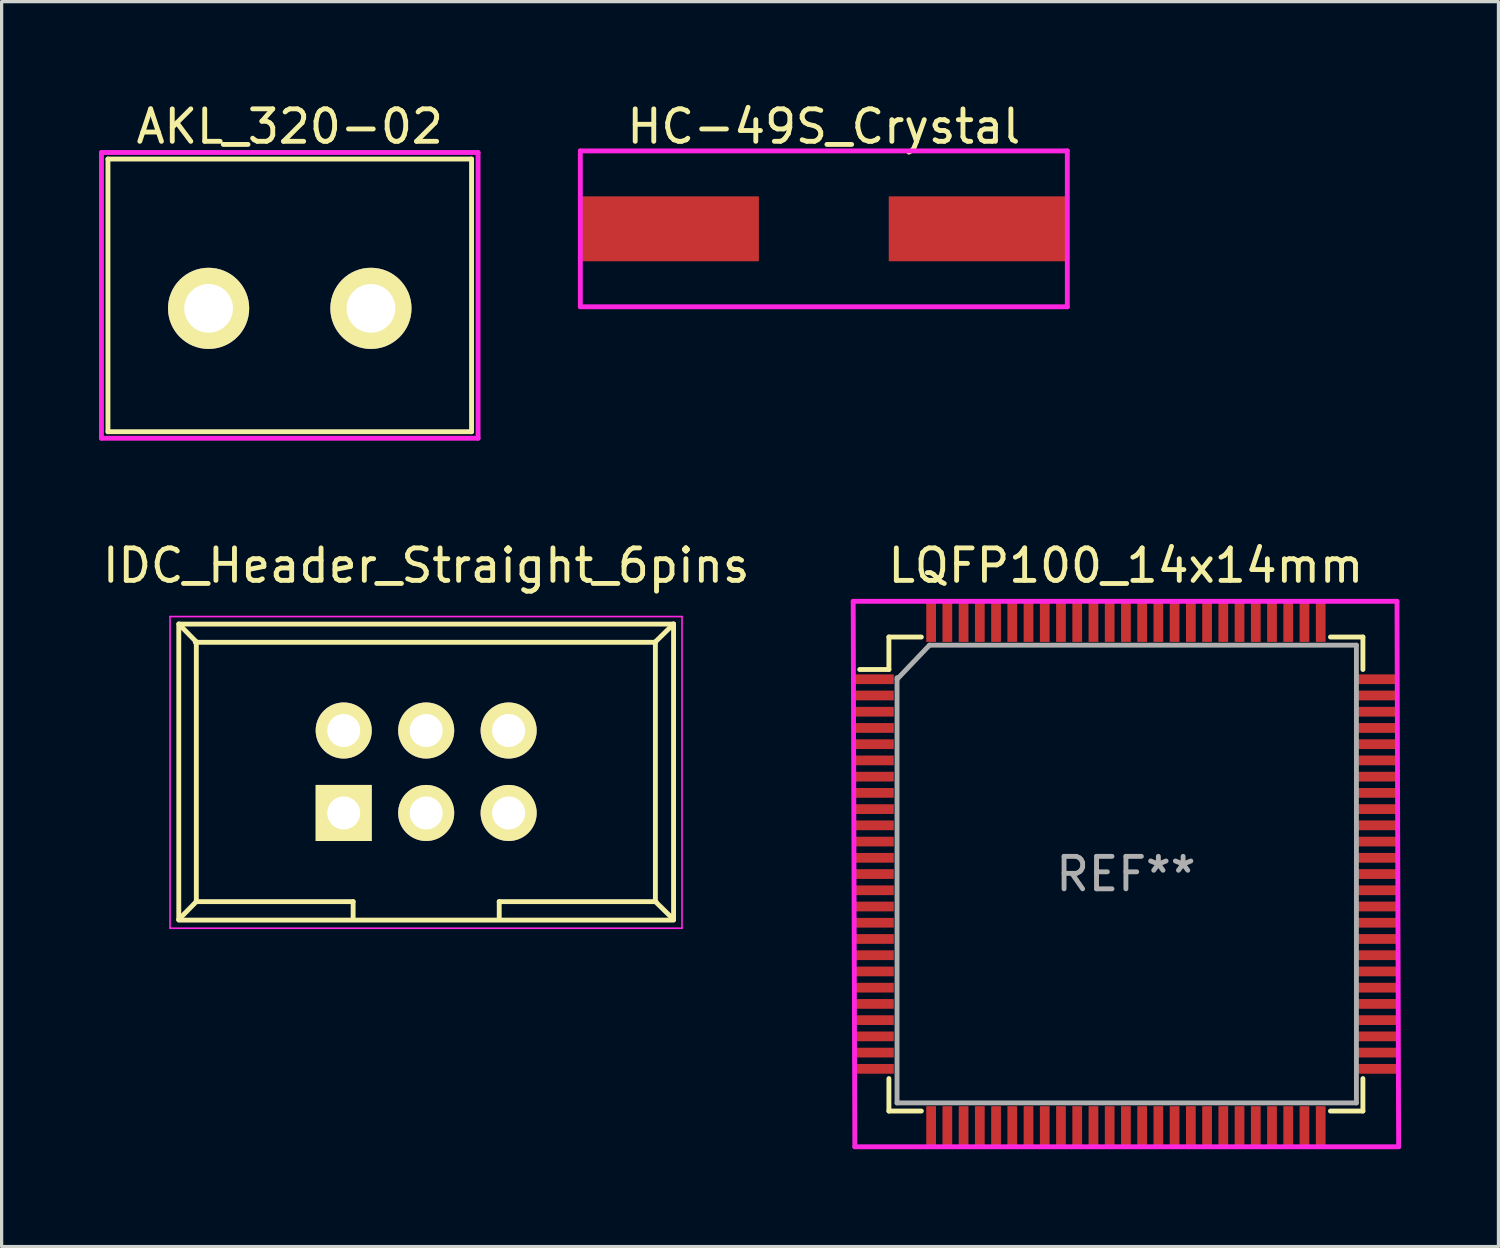
<source format=kicad_pcb>
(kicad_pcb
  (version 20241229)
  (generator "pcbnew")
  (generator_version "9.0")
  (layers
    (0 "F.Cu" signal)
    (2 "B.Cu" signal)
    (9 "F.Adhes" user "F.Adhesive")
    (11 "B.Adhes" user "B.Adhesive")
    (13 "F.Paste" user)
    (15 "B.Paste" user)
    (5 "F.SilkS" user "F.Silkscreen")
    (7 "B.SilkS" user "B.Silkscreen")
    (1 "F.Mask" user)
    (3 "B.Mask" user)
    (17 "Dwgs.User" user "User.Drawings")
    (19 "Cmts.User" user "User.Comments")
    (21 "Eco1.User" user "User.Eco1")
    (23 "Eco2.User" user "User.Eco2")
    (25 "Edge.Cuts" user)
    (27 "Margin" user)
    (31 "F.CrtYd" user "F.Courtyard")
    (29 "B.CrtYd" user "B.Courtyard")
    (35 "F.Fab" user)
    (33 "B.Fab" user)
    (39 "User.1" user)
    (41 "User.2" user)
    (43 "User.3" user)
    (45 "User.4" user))
  (footprint "LQFP100_14x14mm"
    (layer "F.Cu")
    (at 31.63 23.872)
    (property "Reference" "LQFP100_14x14mm" (at 0 -9.5 0) (layer "F.SilkS") (effects (font (size 1 1) (thickness 0.15))))
    (attr through_hole)
    (fp_line (start -7.3 -7.3) (end -7.3 -6.3) (stroke (width 0.15) (type solid)) (layer "F.SilkS"))
    (fp_line (start -7.3 -6.3) (end -8.2 -6.3) (stroke (width 0.15) (type solid)) (layer "F.SilkS"))
    (fp_line (start -7.3 6.3) (end -7.3 7.3) (stroke (width 0.15) (type solid)) (layer "F.SilkS"))
    (fp_line (start -7.3 7.3) (end -6.3 7.3) (stroke (width 0.15) (type solid)) (layer "F.SilkS"))
    (fp_line (start -6.3 -7.3) (end -7.3 -7.3) (stroke (width 0.15) (type solid)) (layer "F.SilkS"))
    (fp_line (start 6.3 -7.3) (end 7.3 -7.3) (stroke (width 0.15) (type solid)) (layer "F.SilkS"))
    (fp_line (start 6.3 7.3) (end 7.3 7.3) (stroke (width 0.15) (type solid)) (layer "F.SilkS"))
    (fp_line (start 7.3 -7.3) (end 7.3 -6.3) (stroke (width 0.15) (type solid)) (layer "F.SilkS"))
    (fp_line (start 7.3 7.3) (end 7.3 6.3) (stroke (width 0.15) (type solid)) (layer "F.SilkS"))
    (fp_line (start -8.4 -8.4) (end -8.35 8.4) (stroke (width 0.15) (type solid)) (layer "F.CrtYd"))
    (fp_line (start -8.35 8.4) (end 8.4 8.4) (stroke (width 0.15) (type solid)) (layer "F.CrtYd"))
    (fp_line (start 8.35 -8.4) (end -8.4 -8.4) (stroke (width 0.15) (type solid)) (layer "F.CrtYd"))
    (fp_line (start 8.4 8.4) (end 8.35 -8.4) (stroke (width 0.15) (type solid)) (layer "F.CrtYd"))
    (fp_line (start -7.05 -6) (end -6.05 -7.05) (stroke (width 0.15) (type solid)) (layer "F.Fab"))
    (fp_line (start -7.05 7.05) (end -7.05 -6.05) (stroke (width 0.15) (type solid)) (layer "F.Fab"))
    (fp_line (start -6.05 -7.05) (end 7.1 -7.05) (stroke (width 0.15) (type solid)) (layer "F.Fab"))
    (fp_line (start 7.1 -7.05) (end 7.1 7.05) (stroke (width 0.15) (type solid)) (layer "F.Fab"))
    (fp_line (start 7.1 7.05) (end -7.05 7.05) (stroke (width 0.15) (type solid)) (layer "F.Fab"))
    (fp_text user "REF**" (at 0 0 0) (layer "F.Fab") (effects (font (size 1 1) (thickness 0.15))))
    (pad "1" smd rect (at -7.75 -6 270) (size 0.3 1.2) (layers "F.Cu" "F.Mask" "F.Paste"))
    (pad "2" smd rect (at -7.75 -5.5 270) (size 0.3 1.2) (layers "F.Cu" "F.Mask" "F.Paste"))
    (pad "3" smd rect (at -7.75 -5 270) (size 0.3 1.2) (layers "F.Cu" "F.Mask" "F.Paste"))
    (pad "4" smd rect (at -7.75 -4.5 270) (size 0.3 1.2) (layers "F.Cu" "F.Mask" "F.Paste"))
    (pad "5" smd rect (at -7.75 -4 270) (size 0.3 1.2) (layers "F.Cu" "F.Mask" "F.Paste"))
    (pad "6" smd rect (at -7.75 -3.5 270) (size 0.3 1.2) (layers "F.Cu" "F.Mask" "F.Paste"))
    (pad "7" smd rect (at -7.75 -3 270) (size 0.3 1.2) (layers "F.Cu" "F.Mask" "F.Paste"))
    (pad "8" smd rect (at -7.75 -2.5 270) (size 0.3 1.2) (layers "F.Cu" "F.Mask" "F.Paste"))
    (pad "9" smd rect (at -7.75 -2 270) (size 0.3 1.2) (layers "F.Cu" "F.Mask" "F.Paste"))
    (pad "10" smd rect (at -7.75 -1.5 270) (size 0.3 1.2) (layers "F.Cu" "F.Mask" "F.Paste"))
    (pad "11" smd rect (at -7.75 -1 270) (size 0.3 1.2) (layers "F.Cu" "F.Mask" "F.Paste"))
    (pad "12" smd rect (at -7.75 -0.5 270) (size 0.3 1.2) (layers "F.Cu" "F.Mask" "F.Paste"))
    (pad "13" smd rect (at -7.75 0 270) (size 0.3 1.2) (layers "F.Cu" "F.Mask" "F.Paste"))
    (pad "14" smd rect (at -7.75 0.5 270) (size 0.3 1.2) (layers "F.Cu" "F.Mask" "F.Paste"))
    (pad "15" smd rect (at -7.75 1 270) (size 0.3 1.2) (layers "F.Cu" "F.Mask" "F.Paste"))
    (pad "16" smd rect (at -7.75 1.5 270) (size 0.3 1.2) (layers "F.Cu" "F.Mask" "F.Paste"))
    (pad "17" smd rect (at -7.75 2 270) (size 0.3 1.2) (layers "F.Cu" "F.Mask" "F.Paste"))
    (pad "18" smd rect (at -7.75 2.5 270) (size 0.3 1.2) (layers "F.Cu" "F.Mask" "F.Paste"))
    (pad "19" smd rect (at -7.75 3 270) (size 0.3 1.2) (layers "F.Cu" "F.Mask" "F.Paste"))
    (pad "20" smd rect (at -7.75 3.5 270) (size 0.3 1.2) (layers "F.Cu" "F.Mask" "F.Paste"))
    (pad "21" smd rect (at -7.75 4 270) (size 0.3 1.2) (layers "F.Cu" "F.Mask" "F.Paste"))
    (pad "22" smd rect (at -7.75 4.5 270) (size 0.3 1.2) (layers "F.Cu" "F.Mask" "F.Paste"))
    (pad "23" smd rect (at -7.75 5 270) (size 0.3 1.2) (layers "F.Cu" "F.Mask" "F.Paste"))
    (pad "24" smd rect (at -7.75 5.5 270) (size 0.3 1.2) (layers "F.Cu" "F.Mask" "F.Paste"))
    (pad "25" smd rect (at -7.75 6 270) (size 0.3 1.2) (layers "F.Cu" "F.Mask" "F.Paste"))
    (pad "26" smd rect (at -6 7.75) (size 0.3 1.2) (layers "F.Cu" "F.Mask" "F.Paste"))
    (pad "27" smd rect (at -5.5 7.75) (size 0.3 1.2) (layers "F.Cu" "F.Mask" "F.Paste"))
    (pad "28" smd rect (at -5 7.75) (size 0.3 1.2) (layers "F.Cu" "F.Mask" "F.Paste"))
    (pad "29" smd rect (at -4.5 7.75) (size 0.3 1.2) (layers "F.Cu" "F.Mask" "F.Paste"))
    (pad "30" smd rect (at -4 7.75) (size 0.3 1.2) (layers "F.Cu" "F.Mask" "F.Paste"))
    (pad "31" smd rect (at -3.5 7.75) (size 0.3 1.2) (layers "F.Cu" "F.Mask" "F.Paste"))
    (pad "32" smd rect (at -3 7.75) (size 0.3 1.2) (layers "F.Cu" "F.Mask" "F.Paste"))
    (pad "33" smd rect (at -2.5 7.75) (size 0.3 1.2) (layers "F.Cu" "F.Mask" "F.Paste"))
    (pad "34" smd rect (at -2 7.75) (size 0.3 1.2) (layers "F.Cu" "F.Mask" "F.Paste"))
    (pad "35" smd rect (at -1.5 7.75) (size 0.3 1.2) (layers "F.Cu" "F.Mask" "F.Paste"))
    (pad "36" smd rect (at -1 7.75) (size 0.3 1.2) (layers "F.Cu" "F.Mask" "F.Paste"))
    (pad "37" smd rect (at -0.5 7.75) (size 0.3 1.2) (layers "F.Cu" "F.Mask" "F.Paste"))
    (pad "38" smd rect (at 0 7.75) (size 0.3 1.2) (layers "F.Cu" "F.Mask" "F.Paste"))
    (pad "39" smd rect (at 0.5 7.75) (size 0.3 1.2) (layers "F.Cu" "F.Mask" "F.Paste"))
    (pad "40" smd rect (at 1 7.75) (size 0.3 1.2) (layers "F.Cu" "F.Mask" "F.Paste"))
    (pad "41" smd rect (at 1.5 7.75) (size 0.3 1.2) (layers "F.Cu" "F.Mask" "F.Paste"))
    (pad "42" smd rect (at 2 7.75) (size 0.3 1.2) (layers "F.Cu" "F.Mask" "F.Paste"))
    (pad "43" smd rect (at 2.5 7.75) (size 0.3 1.2) (layers "F.Cu" "F.Mask" "F.Paste"))
    (pad "44" smd rect (at 3 7.75) (size 0.3 1.2) (layers "F.Cu" "F.Mask" "F.Paste"))
    (pad "45" smd rect (at 3.5 7.75) (size 0.3 1.2) (layers "F.Cu" "F.Mask" "F.Paste"))
    (pad "46" smd rect (at 4 7.75) (size 0.3 1.2) (layers "F.Cu" "F.Mask" "F.Paste"))
    (pad "47" smd rect (at 4.5 7.75) (size 0.3 1.2) (layers "F.Cu" "F.Mask" "F.Paste"))
    (pad "48" smd rect (at 5 7.75) (size 0.3 1.2) (layers "F.Cu" "F.Mask" "F.Paste"))
    (pad "49" smd rect (at 5.5 7.75) (size 0.3 1.2) (layers "F.Cu" "F.Mask" "F.Paste"))
    (pad "50" smd rect (at 6 7.75) (size 0.3 1.2) (layers "F.Cu" "F.Mask" "F.Paste"))
    (pad "51" smd rect (at 7.75 6 270) (size 0.3 1.2) (layers "F.Cu" "F.Mask" "F.Paste"))
    (pad "52" smd rect (at 7.75 5.5 270) (size 0.3 1.2) (layers "F.Cu" "F.Mask" "F.Paste"))
    (pad "53" smd rect (at 7.75 5 270) (size 0.3 1.2) (layers "F.Cu" "F.Mask" "F.Paste"))
    (pad "54" smd rect (at 7.75 4.5 270) (size 0.3 1.2) (layers "F.Cu" "F.Mask" "F.Paste"))
    (pad "55" smd rect (at 7.75 4 270) (size 0.3 1.2) (layers "F.Cu" "F.Mask" "F.Paste"))
    (pad "56" smd rect (at 7.75 3.5 270) (size 0.3 1.2) (layers "F.Cu" "F.Mask" "F.Paste"))
    (pad "57" smd rect (at 7.75 3 270) (size 0.3 1.2) (layers "F.Cu" "F.Mask" "F.Paste"))
    (pad "58" smd rect (at 7.75 2.5 270) (size 0.3 1.2) (layers "F.Cu" "F.Mask" "F.Paste"))
    (pad "59" smd rect (at 7.75 2 270) (size 0.3 1.2) (layers "F.Cu" "F.Mask" "F.Paste"))
    (pad "60" smd rect (at 7.75 1.5 270) (size 0.3 1.2) (layers "F.Cu" "F.Mask" "F.Paste"))
    (pad "61" smd rect (at 7.75 1 270) (size 0.3 1.2) (layers "F.Cu" "F.Mask" "F.Paste"))
    (pad "62" smd rect (at 7.75 0.5 270) (size 0.3 1.2) (layers "F.Cu" "F.Mask" "F.Paste"))
    (pad "63" smd rect (at 7.75 0 270) (size 0.3 1.2) (layers "F.Cu" "F.Mask" "F.Paste"))
    (pad "64" smd rect (at 7.75 -0.5 270) (size 0.3 1.2) (layers "F.Cu" "F.Mask" "F.Paste"))
    (pad "65" smd rect (at 7.75 -1 270) (size 0.3 1.2) (layers "F.Cu" "F.Mask" "F.Paste"))
    (pad "66" smd rect (at 7.75 -1.5 270) (size 0.3 1.2) (layers "F.Cu" "F.Mask" "F.Paste"))
    (pad "67" smd rect (at 7.75 -2 270) (size 0.3 1.2) (layers "F.Cu" "F.Mask" "F.Paste"))
    (pad "68" smd rect (at 7.75 -2.5 270) (size 0.3 1.2) (layers "F.Cu" "F.Mask" "F.Paste"))
    (pad "69" smd rect (at 7.75 -3 270) (size 0.3 1.2) (layers "F.Cu" "F.Mask" "F.Paste"))
    (pad "70" smd rect (at 7.75 -3.5 270) (size 0.3 1.2) (layers "F.Cu" "F.Mask" "F.Paste"))
    (pad "71" smd rect (at 7.75 -4 270) (size 0.3 1.2) (layers "F.Cu" "F.Mask" "F.Paste"))
    (pad "72" smd rect (at 7.75 -4.5 270) (size 0.3 1.2) (layers "F.Cu" "F.Mask" "F.Paste"))
    (pad "73" smd rect (at 7.75 -5 270) (size 0.3 1.2) (layers "F.Cu" "F.Mask" "F.Paste"))
    (pad "74" smd rect (at 7.75 -5.5 270) (size 0.3 1.2) (layers "F.Cu" "F.Mask" "F.Paste"))
    (pad "75" smd rect (at 7.75 -6 270) (size 0.3 1.2) (layers "F.Cu" "F.Mask" "F.Paste"))
    (pad "76" smd rect (at 6 -7.75) (size 0.3 1.2) (layers "F.Cu" "F.Mask" "F.Paste"))
    (pad "77" smd rect (at 5.5 -7.75) (size 0.3 1.2) (layers "F.Cu" "F.Mask" "F.Paste"))
    (pad "78" smd rect (at 5 -7.75) (size 0.3 1.2) (layers "F.Cu" "F.Mask" "F.Paste"))
    (pad "79" smd rect (at 4.5 -7.75) (size 0.3 1.2) (layers "F.Cu" "F.Mask" "F.Paste"))
    (pad "80" smd rect (at 4 -7.75) (size 0.3 1.2) (layers "F.Cu" "F.Mask" "F.Paste"))
    (pad "81" smd rect (at 3.5 -7.75) (size 0.3 1.2) (layers "F.Cu" "F.Mask" "F.Paste"))
    (pad "82" smd rect (at 3 -7.75) (size 0.3 1.2) (layers "F.Cu" "F.Mask" "F.Paste"))
    (pad "83" smd rect (at 2.5 -7.75) (size 0.3 1.2) (layers "F.Cu" "F.Mask" "F.Paste"))
    (pad "84" smd rect (at 2 -7.75) (size 0.3 1.2) (layers "F.Cu" "F.Mask" "F.Paste"))
    (pad "85" smd rect (at 1.5 -7.75) (size 0.3 1.2) (layers "F.Cu" "F.Mask" "F.Paste"))
    (pad "86" smd rect (at 1 -7.75) (size 0.3 1.2) (layers "F.Cu" "F.Mask" "F.Paste"))
    (pad "87" smd rect (at 0.5 -7.75) (size 0.3 1.2) (layers "F.Cu" "F.Mask" "F.Paste"))
    (pad "88" smd rect (at 0 -7.75) (size 0.3 1.2) (layers "F.Cu" "F.Mask" "F.Paste"))
    (pad "89" smd rect (at -0.5 -7.75) (size 0.3 1.2) (layers "F.Cu" "F.Mask" "F.Paste"))
    (pad "90" smd rect (at -1 -7.75) (size 0.3 1.2) (layers "F.Cu" "F.Mask" "F.Paste"))
    (pad "91" smd rect (at -1.5 -7.75) (size 0.3 1.2) (layers "F.Cu" "F.Mask" "F.Paste"))
    (pad "92" smd rect (at -2 -7.75) (size 0.3 1.2) (layers "F.Cu" "F.Mask" "F.Paste"))
    (pad "93" smd rect (at -2.5 -7.75) (size 0.3 1.2) (layers "F.Cu" "F.Mask" "F.Paste"))
    (pad "94" smd rect (at -3 -7.75) (size 0.3 1.2) (layers "F.Cu" "F.Mask" "F.Paste"))
    (pad "95" smd rect (at -3.5 -7.75) (size 0.3 1.2) (layers "F.Cu" "F.Mask" "F.Paste"))
    (pad "96" smd rect (at -4 -7.75) (size 0.3 1.2) (layers "F.Cu" "F.Mask" "F.Paste"))
    (pad "97" smd rect (at -4.5 -7.75) (size 0.3 1.2) (layers "F.Cu" "F.Mask" "F.Paste"))
    (pad "98" smd rect (at -5 -7.75) (size 0.3 1.2) (layers "F.Cu" "F.Mask" "F.Paste"))
    (pad "99" smd rect (at -5.5 -7.75) (size 0.3 1.2) (layers "F.Cu" "F.Mask" "F.Paste"))
    (pad "100" smd rect (at -6 -7.75) (size 0.3 1.2) (layers "F.Cu" "F.Mask" "F.Paste")))
  (footprint "IDC_Header_Straight_6pins"
    (layer "F.Cu")
    (at 7.537 21.991)
    (property "Reference" "IDC_Header_Straight_6pins" (at 2.54 -7.62 0) (layer "F.SilkS") (effects (font (size 1 1) (thickness 0.15))))
    (attr through_hole)
    (fp_line (start -5.08 -5.82) (end -5.08 3.28) (stroke (width 0.15) (type solid)) (layer "F.SilkS"))
    (fp_line (start -5.08 -5.82) (end -4.54 -5.27) (stroke (width 0.15) (type solid)) (layer "F.SilkS"))
    (fp_line (start -5.08 3.28) (end -4.54 2.73) (stroke (width 0.15) (type solid)) (layer "F.SilkS"))
    (fp_line (start -5.08 3.3) (end 10.16 3.3) (stroke (width 0.15) (type solid)) (layer "F.SilkS"))
    (fp_line (start -4.54 -5.27) (end -4.54 2.73) (stroke (width 0.15) (type solid)) (layer "F.SilkS"))
    (fp_line (start 0.29 2.73) (end 0.29 3.28) (stroke (width 0.15) (type solid)) (layer "F.SilkS"))
    (fp_line (start 0.29 2.731) (end -4.547 2.731) (stroke (width 0.15) (type solid)) (layer "F.SilkS"))
    (fp_line (start 4.79 2.73) (end 4.79 3.28) (stroke (width 0.15) (type solid)) (layer "F.SilkS"))
    (fp_line (start 9.6 -5.27) (end 9.6 2.73) (stroke (width 0.15) (type solid)) (layer "F.SilkS"))
    (fp_line (start 9.6 -5.258) (end -4.572 -5.258) (stroke (width 0.15) (type solid)) (layer "F.SilkS"))
    (fp_line (start 9.62 2.731) (end 4.788 2.731) (stroke (width 0.15) (type solid)) (layer "F.SilkS"))
    (fp_line (start 10.16 -5.82) (end 9.6 -5.27) (stroke (width 0.15) (type solid)) (layer "F.SilkS"))
    (fp_line (start 10.16 -5.82) (end 10.16 3.28) (stroke (width 0.15) (type solid)) (layer "F.SilkS"))
    (fp_line (start 10.16 -5.817) (end -5.055 -5.817) (stroke (width 0.15) (type solid)) (layer "F.SilkS"))
    (fp_line (start 10.16 3.28) (end 9.6 2.73) (stroke (width 0.15) (type solid)) (layer "F.SilkS"))
    (fp_line (start -5.35 -6.05) (end 10.42 -6.05) (stroke (width 0.05) (type solid)) (layer "F.CrtYd"))
    (fp_line (start -5.35 3.55) (end -5.35 -6.05) (stroke (width 0.05) (type solid)) (layer "F.CrtYd"))
    (fp_line (start 10.42 -6.05) (end 10.42 3.55) (stroke (width 0.05) (type solid)) (layer "F.CrtYd"))
    (fp_line (start 10.42 3.55) (end -5.35 3.55) (stroke (width 0.05) (type solid)) (layer "F.CrtYd"))
    (pad "1" thru_hole rect (at 0 0) (size 1.727 1.727) (drill 1.016) (layers "*.Cu" "*.Mask" "F.SilkS"))
    (pad "2" thru_hole oval (at 0 -2.54) (size 1.727 1.727) (drill 1.016) (layers "*.Cu" "*.Mask" "F.SilkS"))
    (pad "3" thru_hole oval (at 2.54 0) (size 1.727 1.727) (drill 1.016) (layers "*.Cu" "*.Mask" "F.SilkS"))
    (pad "4" thru_hole oval (at 2.54 -2.54) (size 1.727 1.727) (drill 1.016) (layers "*.Cu" "*.Mask" "F.SilkS"))
    (pad "5" thru_hole oval (at 5.08 0) (size 1.727 1.727) (drill 1.016) (layers "*.Cu" "*.Mask" "F.SilkS"))
    (pad "6" thru_hole oval (at 5.08 -2.54) (size 1.727 1.727) (drill 1.016) (layers "*.Cu" "*.Mask" "F.SilkS")))
  (footprint "AKL_320-02"
    (layer "F.Cu")
    (at 3.375 6.448)
    (property "Reference" "AKL_320-02" (at 2.5 -5.6 0) (layer "F.SilkS") (effects (font (size 1 1) (thickness 0.15))))
    (attr through_hole)
    (fp_line (start -3.1 -4.6) (end -3.1 3.8) (stroke (width 0.15) (type solid)) (layer "F.SilkS"))
    (fp_line (start -3.1 -4.6) (end 8.1 -4.6) (stroke (width 0.15) (type solid)) (layer "F.SilkS"))
    (fp_line (start -3.1 3.8) (end 8.1 3.8) (stroke (width 0.15) (type solid)) (layer "F.SilkS"))
    (fp_line (start 8.1 3.8) (end 8.1 -4.6) (stroke (width 0.15) (type solid)) (layer "F.SilkS"))
    (fp_line (start -3.3 -4.8) (end 8.3 -4.8) (stroke (width 0.15) (type solid)) (layer "F.CrtYd"))
    (fp_line (start -3.3 4) (end -3.3 -4.8) (stroke (width 0.15) (type solid)) (layer "F.CrtYd"))
    (fp_line (start 8.3 -4.8) (end 8.3 4) (stroke (width 0.15) (type solid)) (layer "F.CrtYd"))
    (fp_line (start 8.3 4) (end -3.3 4) (stroke (width 0.15) (type solid)) (layer "F.CrtYd"))
    (pad "1" thru_hole circle (at 0 0) (size 2.5 2.5) (drill 1.5) (layers "*.Cu" "*.Mask" "F.SilkS"))
    (pad "2" thru_hole circle (at 5 0) (size 2.5 2.5) (drill 1.5) (layers "*.Cu" "*.Mask" "F.SilkS")))
  (footprint "HC-49S_Crystal"
    (layer "F.Cu")
    (at 22.325 3.998)
    (property "Reference" "HC-49S_Crystal" (at 0 -3.15 0) (layer "F.SilkS") (effects (font (size 1 1) (thickness 0.15))))
    (attr through_hole)
    (fp_line (start -7.5 -2.4) (end -7.5 2.4) (stroke (width 0.15) (type solid)) (layer "F.CrtYd"))
    (fp_line (start -7.5 2.4) (end 7.5 2.4) (stroke (width 0.15) (type solid)) (layer "F.CrtYd"))
    (fp_line (start 7.5 -2.4) (end -7.5 -2.4) (stroke (width 0.15) (type solid)) (layer "F.CrtYd"))
    (fp_line (start 7.5 2.4) (end 7.5 -2.4) (stroke (width 0.15) (type solid)) (layer "F.CrtYd"))
    (pad "1" smd rect (at -4.75 0) (size 5.5 2) (layers "F.Cu" "F.Mask" "F.Paste"))
    (pad "2" smd rect (at 4.75 0) (size 5.5 2) (layers "F.Cu" "F.Mask" "F.Paste")))
  (gr_rect
    (start -3 -3)
    (end 43.105 35.346)
    (stroke (width 0.1) (type default))
    (fill no)
    (layer "Edge.Cuts")))
</source>
